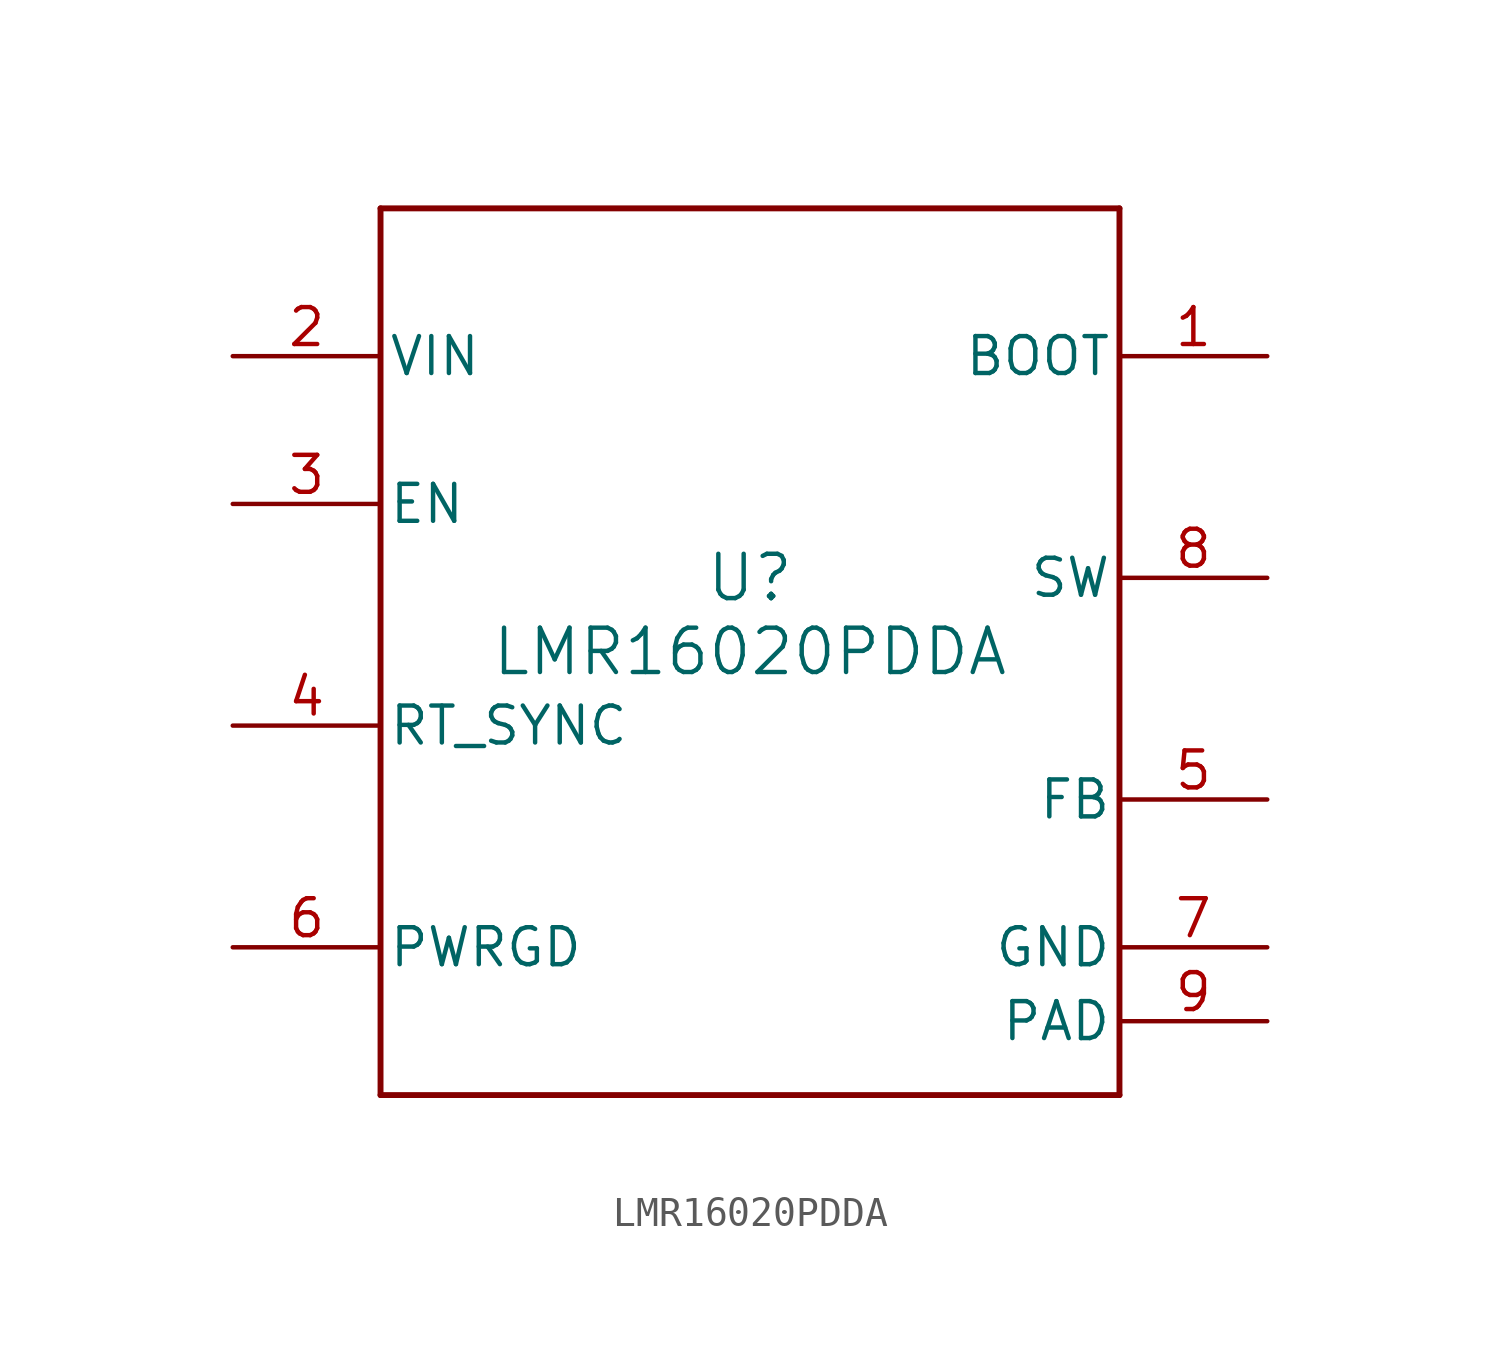
<source format=kicad_sym>
(kicad_symbol_lib
  (version 20211014)
  (generator kicad_symbol_editor)
  (symbol "LMR16020PDDA"
    (pin_names
      (offset 0.254))
    (property "Reference" "U"
      (at 0 2.54 0)
      (effects (font (size 1.524 1.524))))
    (property "Value" "LMR16020PDDA"
      (at 0 0 0)
      (effects (font (size 1.524 1.524))))
    (symbol "LMR16020PDDA_0_1"
      (polyline (pts (xy -12.7 -15.24) (xy 12.7 -15.24)) (stroke (width 0.203) (type default) (color 0 0 0 0)) (fill (type none)))
      (polyline (pts (xy 12.7 -15.24) (xy 12.7 15.24)) (stroke (width 0.203) (type default) (color 0 0 0 0)) (fill (type none)))
      (polyline (pts (xy 12.7 15.24) (xy -12.7 15.24)) (stroke (width 0.203) (type default) (color 0 0 0 0)) (fill (type none)))
      (polyline (pts (xy -12.7 15.24) (xy -12.7 -15.24)) (stroke (width 0.203) (type default) (color 0 0 0 0)) (fill (type none)))
      (pin unspecified line (at 17.78 10.16 180) (length 5.08) (name "BOOT" (effects (font (size 1.27 1.27)))) (number "1" (effects (font (size 1.27 1.27)))))
      (pin power_in line (at -17.78 10.16 0) (length 5.08) (name "VIN" (effects (font (size 1.27 1.27)))) (number "2" (effects (font (size 1.27 1.27)))))
      (pin input line (at -17.78 5.08 0) (length 5.08) (name "EN" (effects (font (size 1.27 1.27)))) (number "3" (effects (font (size 1.27 1.27)))))
      (pin unspecified line (at -17.78 -2.54 0) (length 5.08) (name "RT_SYNC" (effects (font (size 1.27 1.27)))) (number "4" (effects (font (size 1.27 1.27)))))
      (pin input line (at 17.78 -5.08 180) (length 5.08) (name "FB" (effects (font (size 1.27 1.27)))) (number "5" (effects (font (size 1.27 1.27)))))
      (pin output line (at -17.78 -10.16 0) (length 5.08) (name "PWRGD" (effects (font (size 1.27 1.27)))) (number "6" (effects (font (size 1.27 1.27)))))
      (pin power_in line (at 17.78 -10.16 180) (length 5.08) (name "GND" (effects (font (size 1.27 1.27)))) (number "7" (effects (font (size 1.27 1.27)))))
      (pin power_in line (at 17.78 2.54 180) (length 5.08) (name "SW" (effects (font (size 1.27 1.27)))) (number "8" (effects (font (size 1.27 1.27)))))
      (pin power_in line (at 17.78 -12.7 180) (length 5.08) (name "PAD" (effects (font (size 1.27 1.27)))) (number "9" (effects (font (size 1.27 1.27))))))))
</source>
